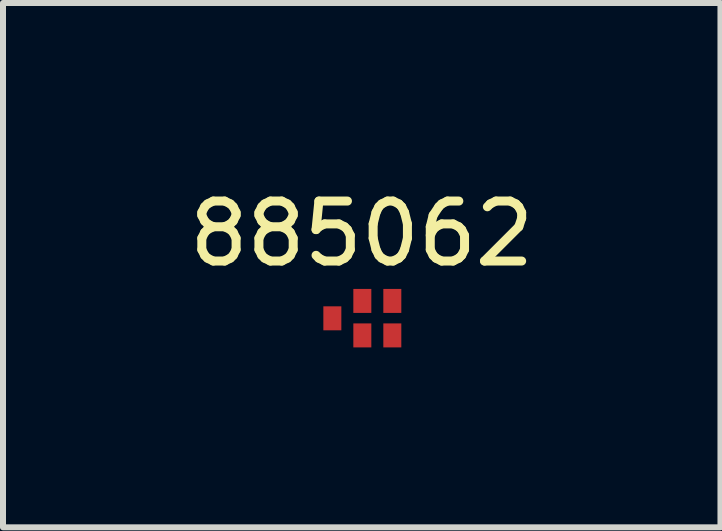
<source format=kicad_pcb>
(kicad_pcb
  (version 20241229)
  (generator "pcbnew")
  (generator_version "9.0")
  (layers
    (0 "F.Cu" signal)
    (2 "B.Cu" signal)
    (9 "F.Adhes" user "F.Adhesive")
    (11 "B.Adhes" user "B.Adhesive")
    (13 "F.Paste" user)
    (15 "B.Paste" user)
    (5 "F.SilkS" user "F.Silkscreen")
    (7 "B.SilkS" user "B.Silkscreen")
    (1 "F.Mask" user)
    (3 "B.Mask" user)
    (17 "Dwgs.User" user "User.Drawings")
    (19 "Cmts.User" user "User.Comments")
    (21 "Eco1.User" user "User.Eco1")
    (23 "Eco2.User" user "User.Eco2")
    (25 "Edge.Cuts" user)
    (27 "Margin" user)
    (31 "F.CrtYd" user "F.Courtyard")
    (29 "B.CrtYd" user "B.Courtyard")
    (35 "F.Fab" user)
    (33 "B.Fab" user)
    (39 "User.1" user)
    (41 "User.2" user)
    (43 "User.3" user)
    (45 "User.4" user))
  (footprint "885062"
    (layer "F.Cu")
    (at 2.982 2.258)
    (property "Reference" "885062" (at 0 -1.41 0) (layer "F.SilkS") (effects (font (size 1 1) (thickness 0.15))))
    (attr through_hole)
    (pad "1" smd rect (at -0.49 0) (size 0.3 0.4) (layers "F.Cu" "F.Mask" "F.Paste"))
    (pad "2" smd rect (at 0.01 0.285) (size 0.3 0.4) (layers "F.Cu" "F.Mask" "F.Paste"))
    (pad "3" smd rect (at 0.51 0.285) (size 0.3 0.4) (layers "F.Cu" "F.Mask" "F.Paste"))
    (pad "4" smd rect (at 0.51 -0.29) (size 0.3 0.4) (layers "F.Cu" "F.Mask" "F.Paste"))
    (pad "5" smd rect (at 0.01 -0.29) (size 0.3 0.4) (layers "F.Cu" "F.Mask" "F.Paste")))
  (gr_rect
    (start -3 -3)
    (end 8.964 5.743)
    (stroke (width 0.1) (type default))
    (fill no)
    (layer "Edge.Cuts")))
</source>
